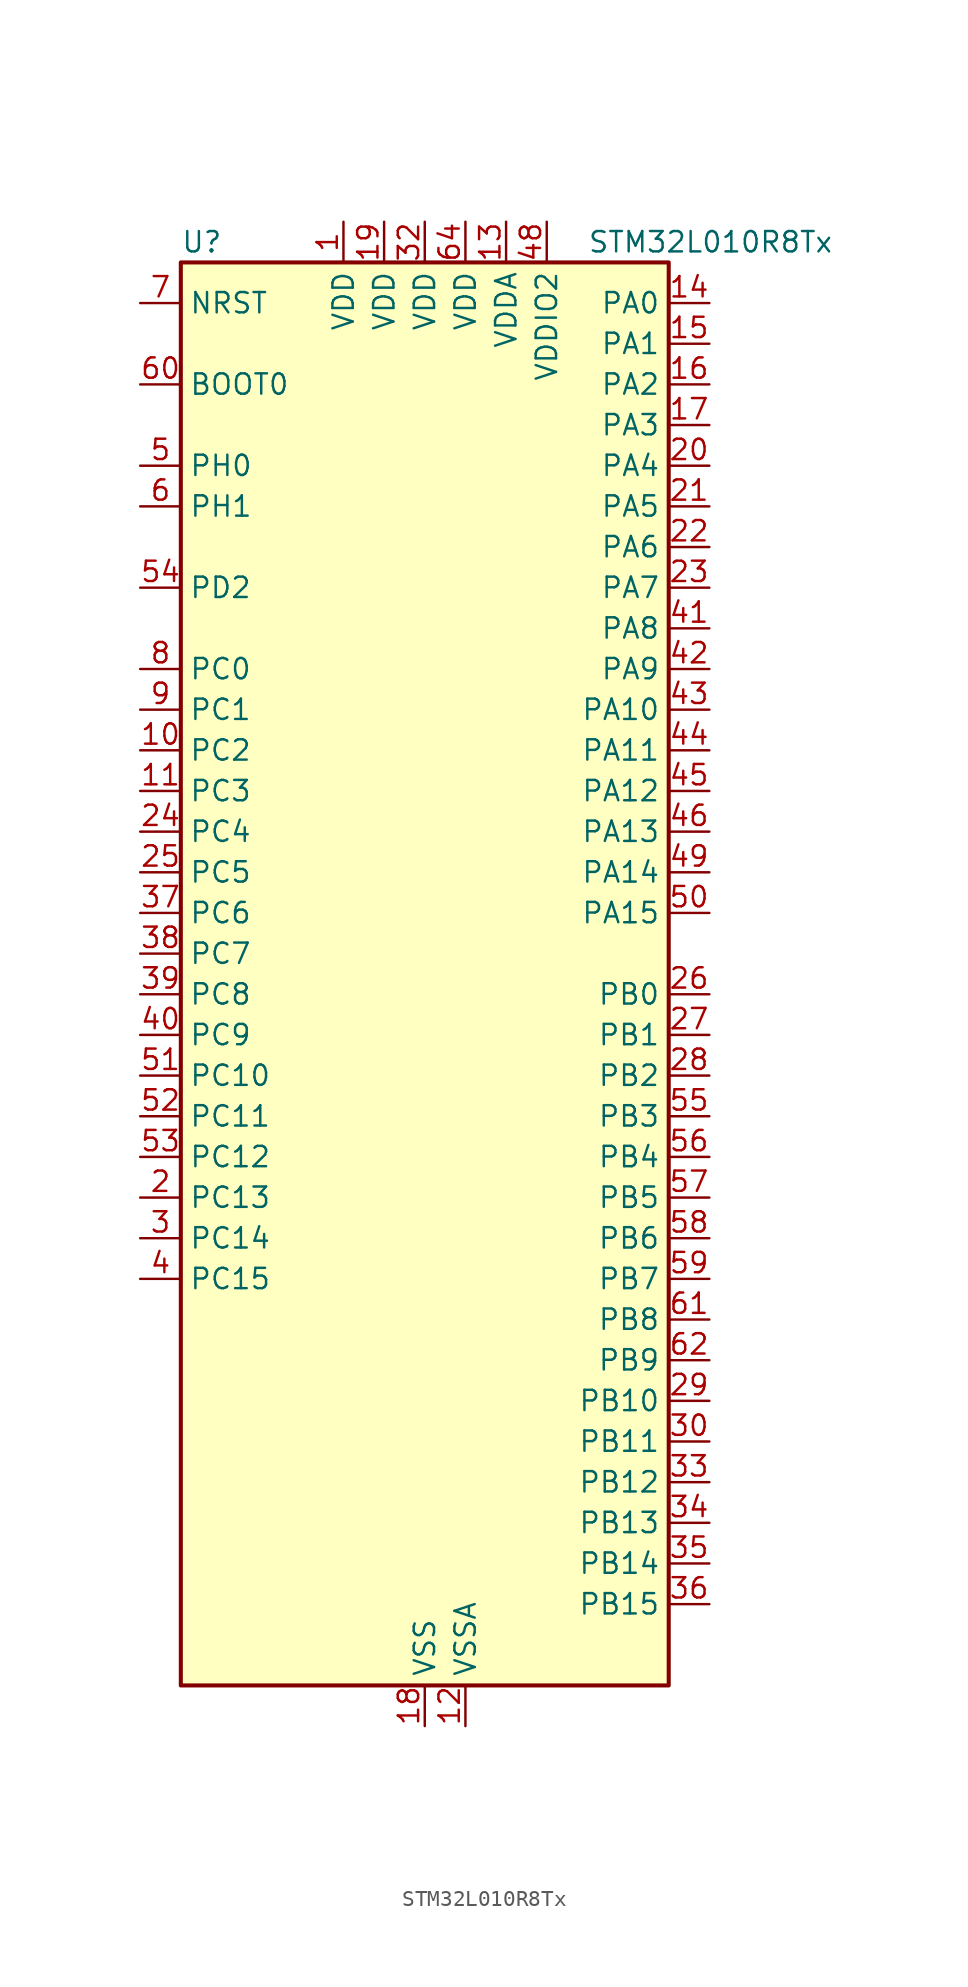
<source format=kicad_sym>
(kicad_symbol_lib
  (version 20231120)
  (generator "kicad_symbol_editor")
  (generator_version "8.0")
  (symbol "STM32L010R8Tx"
    (property "Reference" "U"
      (at -15.24 46.99 0)
      (effects (font (size 1.27 1.27)) (justify left)))
    (property "Value" "STM32L010R8Tx"
      (at 10.16 46.99 0)
      (effects (font (size 1.27 1.27)) (justify left)))
    (property "ki_locked" ""
      (at 0 0 0)
      (effects (font (size 1.27 1.27))))
    (symbol "STM32L010R8Tx_0_1"
      (rectangle (start -15.24 -43.18) (end 15.24 45.72) (stroke (width 0.254) (type default)) (fill (type background))))
    (symbol "STM32L010R8Tx_1_1"
      (pin power_in line (at -5.08 48.26 270) (length 2.54) (name "VDD" (effects (font (size 1.27 1.27)))) (number "1" (effects (font (size 1.27 1.27)))))
      (pin bidirectional line (at -17.78 15.24 0) (length 2.54) (name "PC2" (effects (font (size 1.27 1.27)))) (number "10" (effects (font (size 1.27 1.27)))) (alternate "ADC_IN12" bidirectional line) (alternate "LPTIM1_IN2" bidirectional line))
      (pin bidirectional line (at -17.78 12.7 0) (length 2.54) (name "PC3" (effects (font (size 1.27 1.27)))) (number "11" (effects (font (size 1.27 1.27)))) (alternate "ADC_IN13" bidirectional line) (alternate "LPTIM1_ETR" bidirectional line))
      (pin power_in line (at 2.54 -45.72 90) (length 2.54) (name "VSSA" (effects (font (size 1.27 1.27)))) (number "12" (effects (font (size 1.27 1.27)))))
      (pin power_in line (at 5.08 48.26 270) (length 2.54) (name "VDDA" (effects (font (size 1.27 1.27)))) (number "13" (effects (font (size 1.27 1.27)))))
      (pin bidirectional line (at 17.78 43.18 180) (length 2.54) (name "PA0" (effects (font (size 1.27 1.27)))) (number "14" (effects (font (size 1.27 1.27)))) (alternate "ADC_IN0" bidirectional line) (alternate "RTC_TAMP2" bidirectional line) (alternate "SYS_WKUP1" bidirectional line) (alternate "TIM2_CH1" bidirectional line) (alternate "TIM2_ETR" bidirectional line) (alternate "USART2_CTS" bidirectional line))
      (pin bidirectional line (at 17.78 40.64 180) (length 2.54) (name "PA1" (effects (font (size 1.27 1.27)))) (number "15" (effects (font (size 1.27 1.27)))) (alternate "ADC_IN1" bidirectional line) (alternate "TIM21_ETR" bidirectional line) (alternate "TIM2_CH2" bidirectional line) (alternate "USART2_DE" bidirectional line) (alternate "USART2_RTS" bidirectional line))
      (pin bidirectional line (at 17.78 38.1 180) (length 2.54) (name "PA2" (effects (font (size 1.27 1.27)))) (number "16" (effects (font (size 1.27 1.27)))) (alternate "ADC_IN2" bidirectional line) (alternate "TIM21_CH1" bidirectional line) (alternate "TIM2_CH3" bidirectional line) (alternate "USART2_TX" bidirectional line))
      (pin bidirectional line (at 17.78 35.56 180) (length 2.54) (name "PA3" (effects (font (size 1.27 1.27)))) (number "17" (effects (font (size 1.27 1.27)))) (alternate "ADC_IN3" bidirectional line) (alternate "TIM21_CH2" bidirectional line) (alternate "TIM2_CH4" bidirectional line) (alternate "USART2_RX" bidirectional line))
      (pin power_in line (at 0 -45.72 90) (length 2.54) (name "VSS" (effects (font (size 1.27 1.27)))) (number "18" (effects (font (size 1.27 1.27)))))
      (pin power_in line (at -2.54 48.26 270) (length 2.54) (name "VDD" (effects (font (size 1.27 1.27)))) (number "19" (effects (font (size 1.27 1.27)))))
      (pin bidirectional line (at -17.78 -12.7 0) (length 2.54) (name "PC13" (effects (font (size 1.27 1.27)))) (number "2" (effects (font (size 1.27 1.27)))) (alternate "RTC_OUT_ALARM" bidirectional line) (alternate "RTC_OUT_CALIB" bidirectional line) (alternate "RTC_TAMP1" bidirectional line) (alternate "RTC_TS" bidirectional line) (alternate "SYS_WKUP2" bidirectional line))
      (pin bidirectional line (at 17.78 33.02 180) (length 2.54) (name "PA4" (effects (font (size 1.27 1.27)))) (number "20" (effects (font (size 1.27 1.27)))) (alternate "ADC_IN4" bidirectional line) (alternate "SPI1_NSS" bidirectional line) (alternate "USART2_CK" bidirectional line))
      (pin bidirectional line (at 17.78 30.48 180) (length 2.54) (name "PA5" (effects (font (size 1.27 1.27)))) (number "21" (effects (font (size 1.27 1.27)))) (alternate "ADC_IN5" bidirectional line) (alternate "SPI1_SCK" bidirectional line) (alternate "TIM2_CH1" bidirectional line) (alternate "TIM2_ETR" bidirectional line))
      (pin bidirectional line (at 17.78 27.94 180) (length 2.54) (name "PA6" (effects (font (size 1.27 1.27)))) (number "22" (effects (font (size 1.27 1.27)))) (alternate "ADC_IN6" bidirectional line) (alternate "LPUART1_CTS" bidirectional line) (alternate "SPI1_MISO" bidirectional line))
      (pin bidirectional line (at 17.78 25.4 180) (length 2.54) (name "PA7" (effects (font (size 1.27 1.27)))) (number "23" (effects (font (size 1.27 1.27)))) (alternate "ADC_IN7" bidirectional line) (alternate "SPI1_MOSI" bidirectional line))
      (pin bidirectional line (at -17.78 10.16 0) (length 2.54) (name "PC4" (effects (font (size 1.27 1.27)))) (number "24" (effects (font (size 1.27 1.27)))) (alternate "ADC_IN14" bidirectional line) (alternate "LPUART1_TX" bidirectional line))
      (pin bidirectional line (at -17.78 7.62 0) (length 2.54) (name "PC5" (effects (font (size 1.27 1.27)))) (number "25" (effects (font (size 1.27 1.27)))) (alternate "ADC_IN15" bidirectional line) (alternate "LPUART1_RX" bidirectional line))
      (pin bidirectional line (at 17.78 0 180) (length 2.54) (name "PB0" (effects (font (size 1.27 1.27)))) (number "26" (effects (font (size 1.27 1.27)))) (alternate "ADC_IN8" bidirectional line) (alternate "SYS_VREF_OUT_PB0" bidirectional line))
      (pin bidirectional line (at 17.78 -2.54 180) (length 2.54) (name "PB1" (effects (font (size 1.27 1.27)))) (number "27" (effects (font (size 1.27 1.27)))) (alternate "ADC_IN9" bidirectional line) (alternate "LPUART1_DE" bidirectional line) (alternate "LPUART1_RTS" bidirectional line) (alternate "SYS_VREF_OUT_PB1" bidirectional line))
      (pin bidirectional line (at 17.78 -5.08 180) (length 2.54) (name "PB2" (effects (font (size 1.27 1.27)))) (number "28" (effects (font (size 1.27 1.27)))) (alternate "LPTIM1_OUT" bidirectional line))
      (pin bidirectional line (at 17.78 -25.4 180) (length 2.54) (name "PB10" (effects (font (size 1.27 1.27)))) (number "29" (effects (font (size 1.27 1.27)))) (alternate "LPUART1_TX" bidirectional line) (alternate "TIM2_CH3" bidirectional line))
      (pin bidirectional line (at -17.78 -15.24 0) (length 2.54) (name "PC14" (effects (font (size 1.27 1.27)))) (number "3" (effects (font (size 1.27 1.27)))) (alternate "RCC_OSC32_IN" bidirectional line))
      (pin bidirectional line (at 17.78 -27.94 180) (length 2.54) (name "PB11" (effects (font (size 1.27 1.27)))) (number "30" (effects (font (size 1.27 1.27)))) (alternate "ADC_EXTI11" bidirectional line) (alternate "LPUART1_RX" bidirectional line) (alternate "TIM2_CH4" bidirectional line))
      (pin passive line (at 0 -45.72 90) (length 2.54) hide (name "VSS" (effects (font (size 1.27 1.27)))) (number "31" (effects (font (size 1.27 1.27)))))
      (pin power_in line (at 0 48.26 270) (length 2.54) (name "VDD" (effects (font (size 1.27 1.27)))) (number "32" (effects (font (size 1.27 1.27)))))
      (pin bidirectional line (at 17.78 -30.48 180) (length 2.54) (name "PB12" (effects (font (size 1.27 1.27)))) (number "33" (effects (font (size 1.27 1.27)))) (alternate "LPUART1_DE" bidirectional line) (alternate "LPUART1_RTS" bidirectional line))
      (pin bidirectional line (at 17.78 -33.02 180) (length 2.54) (name "PB13" (effects (font (size 1.27 1.27)))) (number "34" (effects (font (size 1.27 1.27)))) (alternate "LPUART1_CTS" bidirectional line) (alternate "TIM21_CH1" bidirectional line))
      (pin bidirectional line (at 17.78 -35.56 180) (length 2.54) (name "PB14" (effects (font (size 1.27 1.27)))) (number "35" (effects (font (size 1.27 1.27)))) (alternate "LPUART1_DE" bidirectional line) (alternate "LPUART1_RTS" bidirectional line) (alternate "RTC_OUT_ALARM" bidirectional line) (alternate "RTC_OUT_CALIB" bidirectional line) (alternate "TIM21_CH2" bidirectional line))
      (pin bidirectional line (at 17.78 -38.1 180) (length 2.54) (name "PB15" (effects (font (size 1.27 1.27)))) (number "36" (effects (font (size 1.27 1.27)))) (alternate "RTC_REFIN" bidirectional line))
      (pin bidirectional line (at -17.78 5.08 0) (length 2.54) (name "PC6" (effects (font (size 1.27 1.27)))) (number "37" (effects (font (size 1.27 1.27)))))
      (pin bidirectional line (at -17.78 2.54 0) (length 2.54) (name "PC7" (effects (font (size 1.27 1.27)))) (number "38" (effects (font (size 1.27 1.27)))))
      (pin bidirectional line (at -17.78 0 0) (length 2.54) (name "PC8" (effects (font (size 1.27 1.27)))) (number "39" (effects (font (size 1.27 1.27)))))
      (pin bidirectional line (at -17.78 -17.78 0) (length 2.54) (name "PC15" (effects (font (size 1.27 1.27)))) (number "4" (effects (font (size 1.27 1.27)))) (alternate "RCC_OSC32_OUT" bidirectional line))
      (pin bidirectional line (at -17.78 -2.54 0) (length 2.54) (name "PC9" (effects (font (size 1.27 1.27)))) (number "40" (effects (font (size 1.27 1.27)))) (alternate "TIM21_ETR" bidirectional line))
      (pin bidirectional line (at 17.78 22.86 180) (length 2.54) (name "PA8" (effects (font (size 1.27 1.27)))) (number "41" (effects (font (size 1.27 1.27)))) (alternate "RCC_MCO" bidirectional line))
      (pin bidirectional line (at 17.78 20.32 180) (length 2.54) (name "PA9" (effects (font (size 1.27 1.27)))) (number "42" (effects (font (size 1.27 1.27)))) (alternate "RCC_MCO" bidirectional line))
      (pin bidirectional line (at 17.78 17.78 180) (length 2.54) (name "PA10" (effects (font (size 1.27 1.27)))) (number "43" (effects (font (size 1.27 1.27)))))
      (pin bidirectional line (at 17.78 15.24 180) (length 2.54) (name "PA11" (effects (font (size 1.27 1.27)))) (number "44" (effects (font (size 1.27 1.27)))) (alternate "ADC_EXTI11" bidirectional line) (alternate "SPI1_MISO" bidirectional line))
      (pin bidirectional line (at 17.78 12.7 180) (length 2.54) (name "PA12" (effects (font (size 1.27 1.27)))) (number "45" (effects (font (size 1.27 1.27)))) (alternate "SPI1_MOSI" bidirectional line))
      (pin bidirectional line (at 17.78 10.16 180) (length 2.54) (name "PA13" (effects (font (size 1.27 1.27)))) (number "46" (effects (font (size 1.27 1.27)))) (alternate "SYS_SWDIO" bidirectional line))
      (pin passive line (at 0 -45.72 90) (length 2.54) hide (name "VSS" (effects (font (size 1.27 1.27)))) (number "47" (effects (font (size 1.27 1.27)))))
      (pin power_in line (at 7.62 48.26 270) (length 2.54) (name "VDDIO2" (effects (font (size 1.27 1.27)))) (number "48" (effects (font (size 1.27 1.27)))))
      (pin bidirectional line (at 17.78 7.62 180) (length 2.54) (name "PA14" (effects (font (size 1.27 1.27)))) (number "49" (effects (font (size 1.27 1.27)))) (alternate "SYS_SWCLK" bidirectional line) (alternate "USART2_TX" bidirectional line))
      (pin bidirectional line (at -17.78 33.02 0) (length 2.54) (name "PH0" (effects (font (size 1.27 1.27)))) (number "5" (effects (font (size 1.27 1.27)))) (alternate "RCC_OSC_IN" bidirectional line))
      (pin bidirectional line (at 17.78 5.08 180) (length 2.54) (name "PA15" (effects (font (size 1.27 1.27)))) (number "50" (effects (font (size 1.27 1.27)))) (alternate "SPI1_NSS" bidirectional line) (alternate "TIM2_CH1" bidirectional line) (alternate "TIM2_ETR" bidirectional line) (alternate "USART2_RX" bidirectional line))
      (pin bidirectional line (at -17.78 -5.08 0) (length 2.54) (name "PC10" (effects (font (size 1.27 1.27)))) (number "51" (effects (font (size 1.27 1.27)))) (alternate "LPUART1_TX" bidirectional line))
      (pin bidirectional line (at -17.78 -7.62 0) (length 2.54) (name "PC11" (effects (font (size 1.27 1.27)))) (number "52" (effects (font (size 1.27 1.27)))) (alternate "ADC_EXTI11" bidirectional line) (alternate "LPUART1_RX" bidirectional line))
      (pin bidirectional line (at -17.78 -10.16 0) (length 2.54) (name "PC12" (effects (font (size 1.27 1.27)))) (number "53" (effects (font (size 1.27 1.27)))))
      (pin bidirectional line (at -17.78 25.4 0) (length 2.54) (name "PD2" (effects (font (size 1.27 1.27)))) (number "54" (effects (font (size 1.27 1.27)))) (alternate "LPUART1_DE" bidirectional line) (alternate "LPUART1_RTS" bidirectional line))
      (pin bidirectional line (at 17.78 -7.62 180) (length 2.54) (name "PB3" (effects (font (size 1.27 1.27)))) (number "55" (effects (font (size 1.27 1.27)))) (alternate "SPI1_SCK" bidirectional line) (alternate "TIM2_CH2" bidirectional line))
      (pin bidirectional line (at 17.78 -10.16 180) (length 2.54) (name "PB4" (effects (font (size 1.27 1.27)))) (number "56" (effects (font (size 1.27 1.27)))) (alternate "SPI1_MISO" bidirectional line))
      (pin bidirectional line (at 17.78 -12.7 180) (length 2.54) (name "PB5" (effects (font (size 1.27 1.27)))) (number "57" (effects (font (size 1.27 1.27)))) (alternate "I2C1_SMBA" bidirectional line) (alternate "LPTIM1_IN1" bidirectional line) (alternate "SPI1_MOSI" bidirectional line))
      (pin bidirectional line (at 17.78 -15.24 180) (length 2.54) (name "PB6" (effects (font (size 1.27 1.27)))) (number "58" (effects (font (size 1.27 1.27)))) (alternate "I2C1_SCL" bidirectional line) (alternate "LPTIM1_ETR" bidirectional line))
      (pin bidirectional line (at 17.78 -17.78 180) (length 2.54) (name "PB7" (effects (font (size 1.27 1.27)))) (number "59" (effects (font (size 1.27 1.27)))) (alternate "I2C1_SDA" bidirectional line) (alternate "LPTIM1_IN2" bidirectional line) (alternate "SYS_PVD_IN" bidirectional line))
      (pin bidirectional line (at -17.78 30.48 0) (length 2.54) (name "PH1" (effects (font (size 1.27 1.27)))) (number "6" (effects (font (size 1.27 1.27)))) (alternate "RCC_OSC_OUT" bidirectional line))
      (pin input line (at -17.78 38.1 0) (length 2.54) (name "BOOT0" (effects (font (size 1.27 1.27)))) (number "60" (effects (font (size 1.27 1.27)))))
      (pin bidirectional line (at 17.78 -20.32 180) (length 2.54) (name "PB8" (effects (font (size 1.27 1.27)))) (number "61" (effects (font (size 1.27 1.27)))) (alternate "I2C1_SCL" bidirectional line))
      (pin bidirectional line (at 17.78 -22.86 180) (length 2.54) (name "PB9" (effects (font (size 1.27 1.27)))) (number "62" (effects (font (size 1.27 1.27)))) (alternate "I2C1_SDA" bidirectional line))
      (pin passive line (at 0 -45.72 90) (length 2.54) hide (name "VSS" (effects (font (size 1.27 1.27)))) (number "63" (effects (font (size 1.27 1.27)))))
      (pin power_in line (at 2.54 48.26 270) (length 2.54) (name "VDD" (effects (font (size 1.27 1.27)))) (number "64" (effects (font (size 1.27 1.27)))))
      (pin input line (at -17.78 43.18 0) (length 2.54) (name "NRST" (effects (font (size 1.27 1.27)))) (number "7" (effects (font (size 1.27 1.27)))))
      (pin bidirectional line (at -17.78 20.32 0) (length 2.54) (name "PC0" (effects (font (size 1.27 1.27)))) (number "8" (effects (font (size 1.27 1.27)))) (alternate "ADC_IN10" bidirectional line) (alternate "LPTIM1_IN1" bidirectional line))
      (pin bidirectional line (at -17.78 17.78 0) (length 2.54) (name "PC1" (effects (font (size 1.27 1.27)))) (number "9" (effects (font (size 1.27 1.27)))) (alternate "ADC_IN11" bidirectional line) (alternate "LPTIM1_OUT" bidirectional line)))))
</source>
